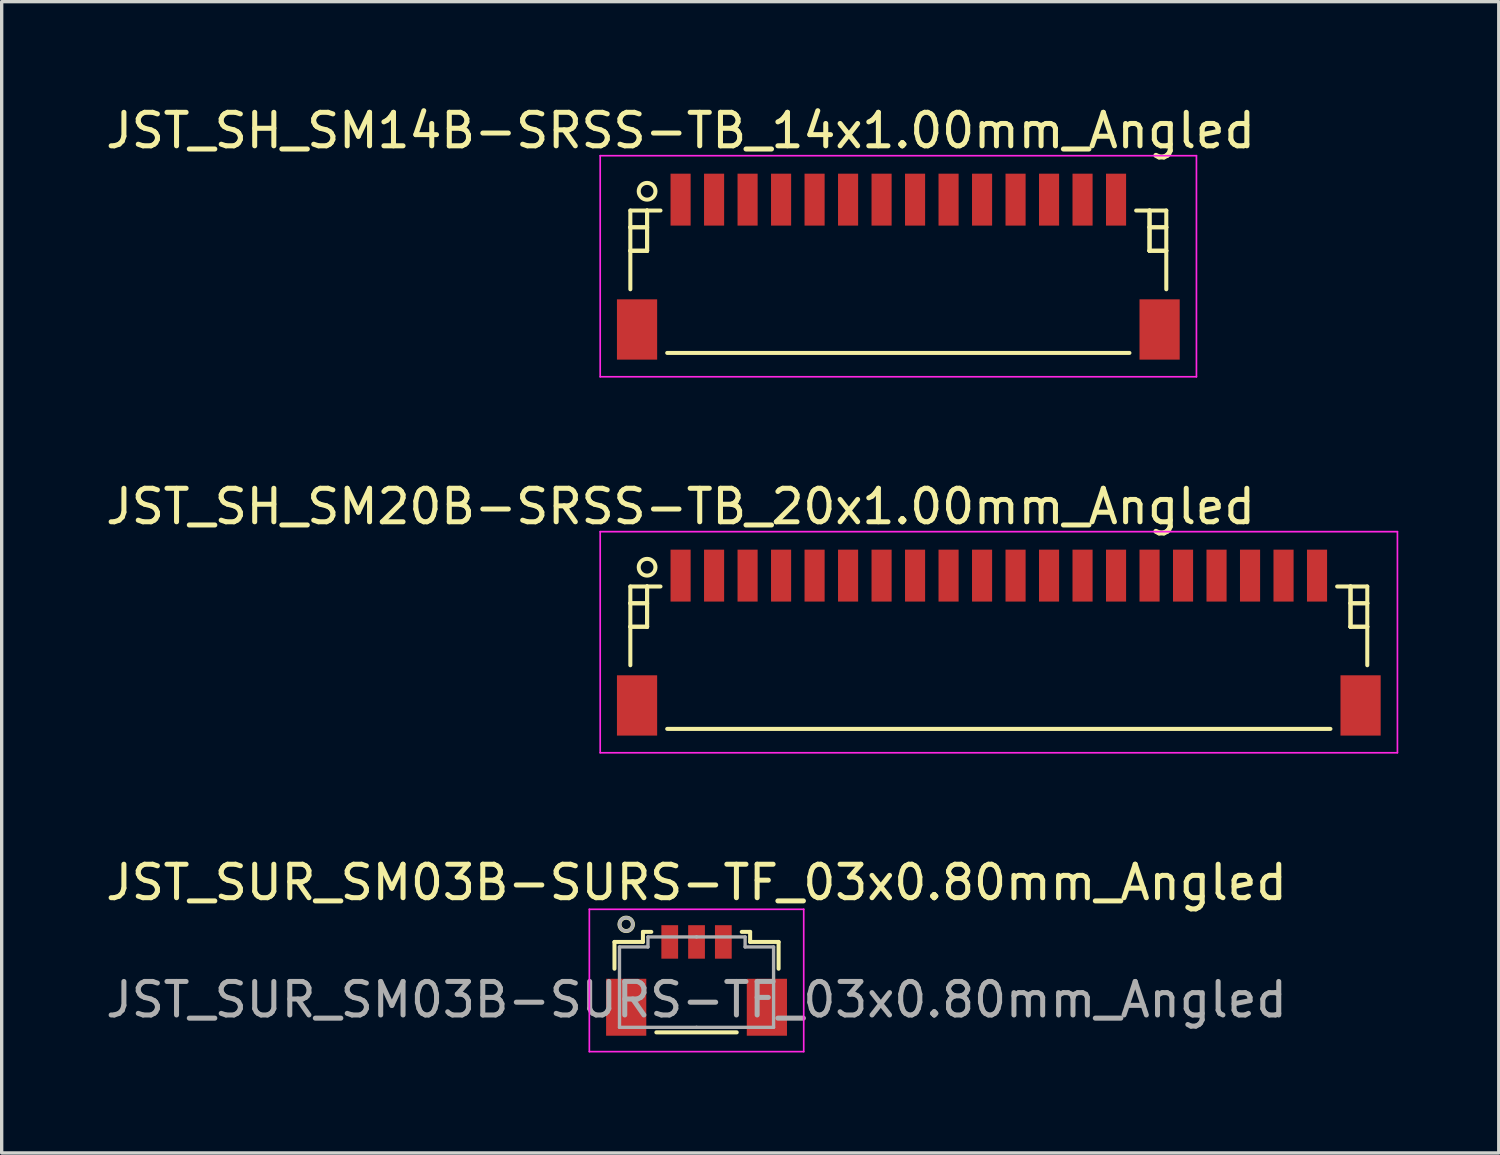
<source format=kicad_pcb>
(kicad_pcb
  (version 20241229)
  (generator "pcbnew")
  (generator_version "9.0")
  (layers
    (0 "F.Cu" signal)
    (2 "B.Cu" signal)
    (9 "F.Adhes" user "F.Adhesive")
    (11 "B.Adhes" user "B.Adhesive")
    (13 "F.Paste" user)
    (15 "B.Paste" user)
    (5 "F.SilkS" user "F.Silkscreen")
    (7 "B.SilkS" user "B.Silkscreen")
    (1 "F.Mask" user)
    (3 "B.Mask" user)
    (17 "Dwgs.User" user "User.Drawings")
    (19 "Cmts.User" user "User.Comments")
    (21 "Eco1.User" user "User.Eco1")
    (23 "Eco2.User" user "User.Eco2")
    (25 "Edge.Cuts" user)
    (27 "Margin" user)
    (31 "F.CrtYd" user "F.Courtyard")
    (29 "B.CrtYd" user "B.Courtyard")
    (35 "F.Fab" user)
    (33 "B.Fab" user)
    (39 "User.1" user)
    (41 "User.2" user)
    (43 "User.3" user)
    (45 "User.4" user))
  (footprint "JST_SH_SM20B-SRSS-TB_20x1.00mm_Angled"
    (layer "F.Cu")
    (at 26.768 16.072)
    (property "Reference" "JST_SH_SM20B-SRSS-TB_20x1.00mm_Angled" (at -9.5 -4 0) (layer "F.SilkS") (effects (font (size 1 1) (thickness 0.15))))
    (attr smd)
    (fp_line (start -11 -1.613) (end -10.1 -1.613) (stroke (width 0.12) (type solid)) (layer "F.SilkS"))
    (fp_line (start -11 -1.113) (end -11 -1.113) (stroke (width 0.12) (type solid)) (layer "F.SilkS"))
    (fp_line (start -11 -1.113) (end -10.5 -1.113) (stroke (width 0.12) (type solid)) (layer "F.SilkS"))
    (fp_line (start -11 -0.412) (end -11 -0.412) (stroke (width 0.12) (type solid)) (layer "F.SilkS"))
    (fp_line (start -11 -0.412) (end -10.5 -0.412) (stroke (width 0.12) (type solid)) (layer "F.SilkS"))
    (fp_line (start -11 0.738) (end -11 -1.613) (stroke (width 0.12) (type solid)) (layer "F.SilkS"))
    (fp_line (start -10.5 -1.613) (end -10.5 -1.613) (stroke (width 0.12) (type solid)) (layer "F.SilkS"))
    (fp_line (start -10.5 -1.613) (end -10.5 -0.412) (stroke (width 0.12) (type solid)) (layer "F.SilkS"))
    (fp_line (start -10.5 -1.113) (end -11 -1.113) (stroke (width 0.12) (type solid)) (layer "F.SilkS"))
    (fp_line (start -10.5 -1.113) (end -10.5 -1.113) (stroke (width 0.12) (type solid)) (layer "F.SilkS"))
    (fp_line (start -10.5 -0.412) (end -11 -0.412) (stroke (width 0.12) (type solid)) (layer "F.SilkS"))
    (fp_line (start -10.5 -0.412) (end -10.5 -1.613) (stroke (width 0.12) (type solid)) (layer "F.SilkS"))
    (fp_line (start -10.5 -0.412) (end -10.5 -0.412) (stroke (width 0.12) (type solid)) (layer "F.SilkS"))
    (fp_line (start -10.5 -0.412) (end -10.5 -0.412) (stroke (width 0.12) (type solid)) (layer "F.SilkS"))
    (fp_line (start -9.9 2.638) (end 9.9 2.638) (stroke (width 0.12) (type solid)) (layer "F.SilkS"))
    (fp_line (start 10.5 -1.613) (end 10.5 -1.613) (stroke (width 0.12) (type solid)) (layer "F.SilkS"))
    (fp_line (start 10.5 -1.613) (end 10.5 -0.412) (stroke (width 0.12) (type solid)) (layer "F.SilkS"))
    (fp_line (start 10.5 -1.113) (end 10.5 -1.113) (stroke (width 0.12) (type solid)) (layer "F.SilkS"))
    (fp_line (start 10.5 -1.113) (end 11 -1.113) (stroke (width 0.12) (type solid)) (layer "F.SilkS"))
    (fp_line (start 10.5 -0.412) (end 10.5 -1.613) (stroke (width 0.12) (type solid)) (layer "F.SilkS"))
    (fp_line (start 10.5 -0.412) (end 10.5 -0.412) (stroke (width 0.12) (type solid)) (layer "F.SilkS"))
    (fp_line (start 10.5 -0.412) (end 10.5 -0.412) (stroke (width 0.12) (type solid)) (layer "F.SilkS"))
    (fp_line (start 10.5 -0.412) (end 11 -0.412) (stroke (width 0.12) (type solid)) (layer "F.SilkS"))
    (fp_line (start 11 -1.613) (end 10.1 -1.613) (stroke (width 0.12) (type solid)) (layer "F.SilkS"))
    (fp_line (start 11 -1.113) (end 10.5 -1.113) (stroke (width 0.12) (type solid)) (layer "F.SilkS"))
    (fp_line (start 11 -1.113) (end 11 -1.113) (stroke (width 0.12) (type solid)) (layer "F.SilkS"))
    (fp_line (start 11 -0.412) (end 10.5 -0.412) (stroke (width 0.12) (type solid)) (layer "F.SilkS"))
    (fp_line (start 11 -0.412) (end 11 -0.412) (stroke (width 0.12) (type solid)) (layer "F.SilkS"))
    (fp_line (start 11 0.738) (end 11 -1.613) (stroke (width 0.12) (type solid)) (layer "F.SilkS"))
    (fp_circle (center -10.5 -2.188) (end -10.25 -2.188) (stroke (width 0.12) (type solid)) (fill no) (layer "F.SilkS"))
    (fp_line (start -11.9 -3.25) (end 11.9 -3.25) (stroke (width 0.05) (type solid)) (layer "F.CrtYd"))
    (fp_line (start -11.9 3.35) (end -11.9 -3.25) (stroke (width 0.05) (type solid)) (layer "F.CrtYd"))
    (fp_line (start 11.9 -3.25) (end 11.9 3.35) (stroke (width 0.05) (type solid)) (layer "F.CrtYd"))
    (fp_line (start 11.9 3.35) (end -11.9 3.35) (stroke (width 0.05) (type solid)) (layer "F.CrtYd"))
    (pad "" smd rect (at -10.8 1.938) (size 1.2 1.8) (layers "F.Cu" "F.Mask" "F.Paste"))
    (pad "" smd rect (at 10.8 1.938) (size 1.2 1.8) (layers "F.Cu" "F.Mask" "F.Paste"))
    (pad "1" smd rect (at -9.5 -1.938) (size 0.6 1.55) (layers "F.Cu" "F.Mask" "F.Paste"))
    (pad "2" smd rect (at -8.5 -1.938) (size 0.6 1.55) (layers "F.Cu" "F.Mask" "F.Paste"))
    (pad "3" smd rect (at -7.5 -1.938) (size 0.6 1.55) (layers "F.Cu" "F.Mask" "F.Paste"))
    (pad "4" smd rect (at -6.5 -1.938) (size 0.6 1.55) (layers "F.Cu" "F.Mask" "F.Paste"))
    (pad "5" smd rect (at -5.5 -1.938) (size 0.6 1.55) (layers "F.Cu" "F.Mask" "F.Paste"))
    (pad "6" smd rect (at -4.5 -1.938) (size 0.6 1.55) (layers "F.Cu" "F.Mask" "F.Paste"))
    (pad "7" smd rect (at -3.5 -1.938) (size 0.6 1.55) (layers "F.Cu" "F.Mask" "F.Paste"))
    (pad "8" smd rect (at -2.5 -1.938) (size 0.6 1.55) (layers "F.Cu" "F.Mask" "F.Paste"))
    (pad "9" smd rect (at -1.5 -1.938) (size 0.6 1.55) (layers "F.Cu" "F.Mask" "F.Paste"))
    (pad "10" smd rect (at -0.5 -1.938) (size 0.6 1.55) (layers "F.Cu" "F.Mask" "F.Paste"))
    (pad "11" smd rect (at 0.5 -1.938) (size 0.6 1.55) (layers "F.Cu" "F.Mask" "F.Paste"))
    (pad "12" smd rect (at 1.5 -1.938) (size 0.6 1.55) (layers "F.Cu" "F.Mask" "F.Paste"))
    (pad "13" smd rect (at 2.5 -1.938) (size 0.6 1.55) (layers "F.Cu" "F.Mask" "F.Paste"))
    (pad "14" smd rect (at 3.5 -1.938) (size 0.6 1.55) (layers "F.Cu" "F.Mask" "F.Paste"))
    (pad "15" smd rect (at 4.5 -1.938) (size 0.6 1.55) (layers "F.Cu" "F.Mask" "F.Paste"))
    (pad "16" smd rect (at 5.5 -1.938) (size 0.6 1.55) (layers "F.Cu" "F.Mask" "F.Paste"))
    (pad "17" smd rect (at 6.5 -1.938) (size 0.6 1.55) (layers "F.Cu" "F.Mask" "F.Paste"))
    (pad "18" smd rect (at 7.5 -1.938) (size 0.6 1.55) (layers "F.Cu" "F.Mask" "F.Paste"))
    (pad "19" smd rect (at 8.5 -1.938) (size 0.6 1.55) (layers "F.Cu" "F.Mask" "F.Paste"))
    (pad "20" smd rect (at 9.5 -1.938) (size 0.6 1.55) (layers "F.Cu" "F.Mask" "F.Paste")))
  (footprint "JST_SUR_SM03B-SURS-TF_03x0.80mm_Angled"
    (layer "F.Cu")
    (at 17.744 26.045)
    (property "Reference" "JST_SUR_SM03B-SURS-TF_03x0.80mm_Angled" (at 0 -2.75 0) (layer "F.SilkS") (effects (font (size 1 1) (thickness 0.15))))
    (attr smd)
    (fp_line (start -2.45 -0.975) (end -2.45 -0.175) (stroke (width 0.12) (type solid)) (layer "F.SilkS"))
    (fp_line (start -1.6 -1.275) (end -1.6 -0.975) (stroke (width 0.12) (type solid)) (layer "F.SilkS"))
    (fp_line (start -1.6 -0.975) (end -2.45 -0.975) (stroke (width 0.12) (type solid)) (layer "F.SilkS"))
    (fp_line (start -1.35 -1.275) (end -1.6 -1.275) (stroke (width 0.12) (type solid)) (layer "F.SilkS"))
    (fp_line (start -1.2 1.725) (end 1.2 1.725) (stroke (width 0.12) (type solid)) (layer "F.SilkS"))
    (fp_line (start 1.35 -1.275) (end 1.6 -1.275) (stroke (width 0.12) (type solid)) (layer "F.SilkS"))
    (fp_line (start 1.6 -1.275) (end 1.6 -0.975) (stroke (width 0.12) (type solid)) (layer "F.SilkS"))
    (fp_line (start 1.6 -0.975) (end 2.45 -0.975) (stroke (width 0.12) (type solid)) (layer "F.SilkS"))
    (fp_line (start 2.45 -0.975) (end 2.45 -0.175) (stroke (width 0.12) (type solid)) (layer "F.SilkS"))
    (fp_circle (center -2.1 -1.5) (end -1.9 -1.5) (stroke (width 0.12) (type solid)) (fill no) (layer "F.SilkS"))
    (fp_line (start -3.2 -1.95) (end 3.2 -1.95) (stroke (width 0.05) (type solid)) (layer "F.CrtYd"))
    (fp_line (start -3.2 2.3) (end -3.2 -1.95) (stroke (width 0.05) (type solid)) (layer "F.CrtYd"))
    (fp_line (start 3.2 -1.95) (end 3.2 2.3) (stroke (width 0.05) (type solid)) (layer "F.CrtYd"))
    (fp_line (start 3.2 2.3) (end -3.2 2.3) (stroke (width 0.05) (type solid)) (layer "F.CrtYd"))
    (fp_line (start -2.3 -0.825) (end -2.3 1.575) (stroke (width 0.1) (type solid)) (layer "F.Fab"))
    (fp_line (start -2.3 1.575) (end 0 1.575) (stroke (width 0.1) (type solid)) (layer "F.Fab"))
    (fp_line (start -1.45 -1.125) (end -1.45 -0.825) (stroke (width 0.1) (type solid)) (layer "F.Fab"))
    (fp_line (start -1.45 -0.825) (end -2.3 -0.825) (stroke (width 0.1) (type solid)) (layer "F.Fab"))
    (fp_line (start 0 -1.125) (end -1.45 -1.125) (stroke (width 0.1) (type solid)) (layer "F.Fab"))
    (fp_line (start 0 -1.125) (end 1.45 -1.125) (stroke (width 0.1) (type solid)) (layer "F.Fab"))
    (fp_line (start 1.45 -1.125) (end 1.45 -0.825) (stroke (width 0.1) (type solid)) (layer "F.Fab"))
    (fp_line (start 1.45 -0.825) (end 2.3 -0.825) (stroke (width 0.1) (type solid)) (layer "F.Fab"))
    (fp_line (start 2.3 -0.825) (end 2.3 1.575) (stroke (width 0.1) (type solid)) (layer "F.Fab"))
    (fp_line (start 2.3 1.575) (end 0 1.575) (stroke (width 0.1) (type solid)) (layer "F.Fab"))
    (fp_circle (center -2.1 -1.5) (end -1.9 -1.5) (stroke (width 0.1) (type solid)) (fill no) (layer "F.Fab"))
    (fp_text user "${REFERENCE}" (at 0 0.75 0) (layer "F.Fab") (effects (font (size 1 1) (thickness 0.15))))
    (pad "" smd rect (at -2.1 0.975) (size 1.2 1.7) (layers "F.Cu" "F.Mask" "F.Paste"))
    (pad "" smd rect (at 2.1 0.975) (size 1.2 1.7) (layers "F.Cu" "F.Mask" "F.Paste"))
    (pad "1" smd rect (at -0.8 -0.975) (size 0.5 1) (layers "F.Cu" "F.Mask" "F.Paste"))
    (pad "2" smd rect (at 0 -0.975) (size 0.5 1) (layers "F.Cu" "F.Mask" "F.Paste"))
    (pad "3" smd rect (at 0.8 -0.975) (size 0.5 1) (layers "F.Cu" "F.Mask" "F.Paste")))
  (footprint "JST_SH_SM14B-SRSS-TB_14x1.00mm_Angled"
    (layer "F.Cu")
    (at 23.768 4.848)
    (property "Reference" "JST_SH_SM14B-SRSS-TB_14x1.00mm_Angled" (at -6.5 -4 0) (layer "F.SilkS") (effects (font (size 1 1) (thickness 0.15))))
    (attr smd)
    (fp_line (start -8 -1.613) (end -7.1 -1.613) (stroke (width 0.12) (type solid)) (layer "F.SilkS"))
    (fp_line (start -8 -1.113) (end -8 -1.113) (stroke (width 0.12) (type solid)) (layer "F.SilkS"))
    (fp_line (start -8 -1.113) (end -7.5 -1.113) (stroke (width 0.12) (type solid)) (layer "F.SilkS"))
    (fp_line (start -8 -0.412) (end -8 -0.412) (stroke (width 0.12) (type solid)) (layer "F.SilkS"))
    (fp_line (start -8 -0.412) (end -7.5 -0.412) (stroke (width 0.12) (type solid)) (layer "F.SilkS"))
    (fp_line (start -8 0.738) (end -8 -1.613) (stroke (width 0.12) (type solid)) (layer "F.SilkS"))
    (fp_line (start -7.5 -1.613) (end -7.5 -1.613) (stroke (width 0.12) (type solid)) (layer "F.SilkS"))
    (fp_line (start -7.5 -1.613) (end -7.5 -0.412) (stroke (width 0.12) (type solid)) (layer "F.SilkS"))
    (fp_line (start -7.5 -1.113) (end -8 -1.113) (stroke (width 0.12) (type solid)) (layer "F.SilkS"))
    (fp_line (start -7.5 -1.113) (end -7.5 -1.113) (stroke (width 0.12) (type solid)) (layer "F.SilkS"))
    (fp_line (start -7.5 -0.412) (end -8 -0.412) (stroke (width 0.12) (type solid)) (layer "F.SilkS"))
    (fp_line (start -7.5 -0.412) (end -7.5 -1.613) (stroke (width 0.12) (type solid)) (layer "F.SilkS"))
    (fp_line (start -7.5 -0.412) (end -7.5 -0.412) (stroke (width 0.12) (type solid)) (layer "F.SilkS"))
    (fp_line (start -7.5 -0.412) (end -7.5 -0.412) (stroke (width 0.12) (type solid)) (layer "F.SilkS"))
    (fp_line (start -6.9 2.638) (end 6.9 2.638) (stroke (width 0.12) (type solid)) (layer "F.SilkS"))
    (fp_line (start 7.5 -1.613) (end 7.5 -1.613) (stroke (width 0.12) (type solid)) (layer "F.SilkS"))
    (fp_line (start 7.5 -1.613) (end 7.5 -0.412) (stroke (width 0.12) (type solid)) (layer "F.SilkS"))
    (fp_line (start 7.5 -1.113) (end 7.5 -1.113) (stroke (width 0.12) (type solid)) (layer "F.SilkS"))
    (fp_line (start 7.5 -1.113) (end 8 -1.113) (stroke (width 0.12) (type solid)) (layer "F.SilkS"))
    (fp_line (start 7.5 -0.412) (end 7.5 -1.613) (stroke (width 0.12) (type solid)) (layer "F.SilkS"))
    (fp_line (start 7.5 -0.412) (end 7.5 -0.412) (stroke (width 0.12) (type solid)) (layer "F.SilkS"))
    (fp_line (start 7.5 -0.412) (end 7.5 -0.412) (stroke (width 0.12) (type solid)) (layer "F.SilkS"))
    (fp_line (start 7.5 -0.412) (end 8 -0.412) (stroke (width 0.12) (type solid)) (layer "F.SilkS"))
    (fp_line (start 8 -1.613) (end 7.1 -1.613) (stroke (width 0.12) (type solid)) (layer "F.SilkS"))
    (fp_line (start 8 -1.113) (end 7.5 -1.113) (stroke (width 0.12) (type solid)) (layer "F.SilkS"))
    (fp_line (start 8 -1.113) (end 8 -1.113) (stroke (width 0.12) (type solid)) (layer "F.SilkS"))
    (fp_line (start 8 -0.412) (end 7.5 -0.412) (stroke (width 0.12) (type solid)) (layer "F.SilkS"))
    (fp_line (start 8 -0.412) (end 8 -0.412) (stroke (width 0.12) (type solid)) (layer "F.SilkS"))
    (fp_line (start 8 0.738) (end 8 -1.613) (stroke (width 0.12) (type solid)) (layer "F.SilkS"))
    (fp_circle (center -7.5 -2.188) (end -7.25 -2.188) (stroke (width 0.12) (type solid)) (fill no) (layer "F.SilkS"))
    (fp_line (start -8.9 -3.25) (end 8.9 -3.25) (stroke (width 0.05) (type solid)) (layer "F.CrtYd"))
    (fp_line (start -8.9 3.35) (end -8.9 -3.25) (stroke (width 0.05) (type solid)) (layer "F.CrtYd"))
    (fp_line (start 8.9 -3.25) (end 8.9 3.35) (stroke (width 0.05) (type solid)) (layer "F.CrtYd"))
    (fp_line (start 8.9 3.35) (end -8.9 3.35) (stroke (width 0.05) (type solid)) (layer "F.CrtYd"))
    (pad "" smd rect (at -7.8 1.938) (size 1.2 1.8) (layers "F.Cu" "F.Mask" "F.Paste"))
    (pad "" smd rect (at 7.8 1.938) (size 1.2 1.8) (layers "F.Cu" "F.Mask" "F.Paste"))
    (pad "1" smd rect (at -6.5 -1.938) (size 0.6 1.55) (layers "F.Cu" "F.Mask" "F.Paste"))
    (pad "2" smd rect (at -5.5 -1.938) (size 0.6 1.55) (layers "F.Cu" "F.Mask" "F.Paste"))
    (pad "3" smd rect (at -4.5 -1.938) (size 0.6 1.55) (layers "F.Cu" "F.Mask" "F.Paste"))
    (pad "4" smd rect (at -3.5 -1.938) (size 0.6 1.55) (layers "F.Cu" "F.Mask" "F.Paste"))
    (pad "5" smd rect (at -2.5 -1.938) (size 0.6 1.55) (layers "F.Cu" "F.Mask" "F.Paste"))
    (pad "6" smd rect (at -1.5 -1.938) (size 0.6 1.55) (layers "F.Cu" "F.Mask" "F.Paste"))
    (pad "7" smd rect (at -0.5 -1.938) (size 0.6 1.55) (layers "F.Cu" "F.Mask" "F.Paste"))
    (pad "8" smd rect (at 0.5 -1.938) (size 0.6 1.55) (layers "F.Cu" "F.Mask" "F.Paste"))
    (pad "9" smd rect (at 1.5 -1.938) (size 0.6 1.55) (layers "F.Cu" "F.Mask" "F.Paste"))
    (pad "10" smd rect (at 2.5 -1.938) (size 0.6 1.55) (layers "F.Cu" "F.Mask" "F.Paste"))
    (pad "11" smd rect (at 3.5 -1.938) (size 0.6 1.55) (layers "F.Cu" "F.Mask" "F.Paste"))
    (pad "12" smd rect (at 4.5 -1.938) (size 0.6 1.55) (layers "F.Cu" "F.Mask" "F.Paste"))
    (pad "13" smd rect (at 5.5 -1.938) (size 0.6 1.55) (layers "F.Cu" "F.Mask" "F.Paste"))
    (pad "14" smd rect (at 6.5 -1.938) (size 0.6 1.55) (layers "F.Cu" "F.Mask" "F.Paste")))
  (gr_rect
    (start -3 -3)
    (end 41.693 31.37)
    (stroke (width 0.1) (type default))
    (fill no)
    (layer "Edge.Cuts")))
</source>
